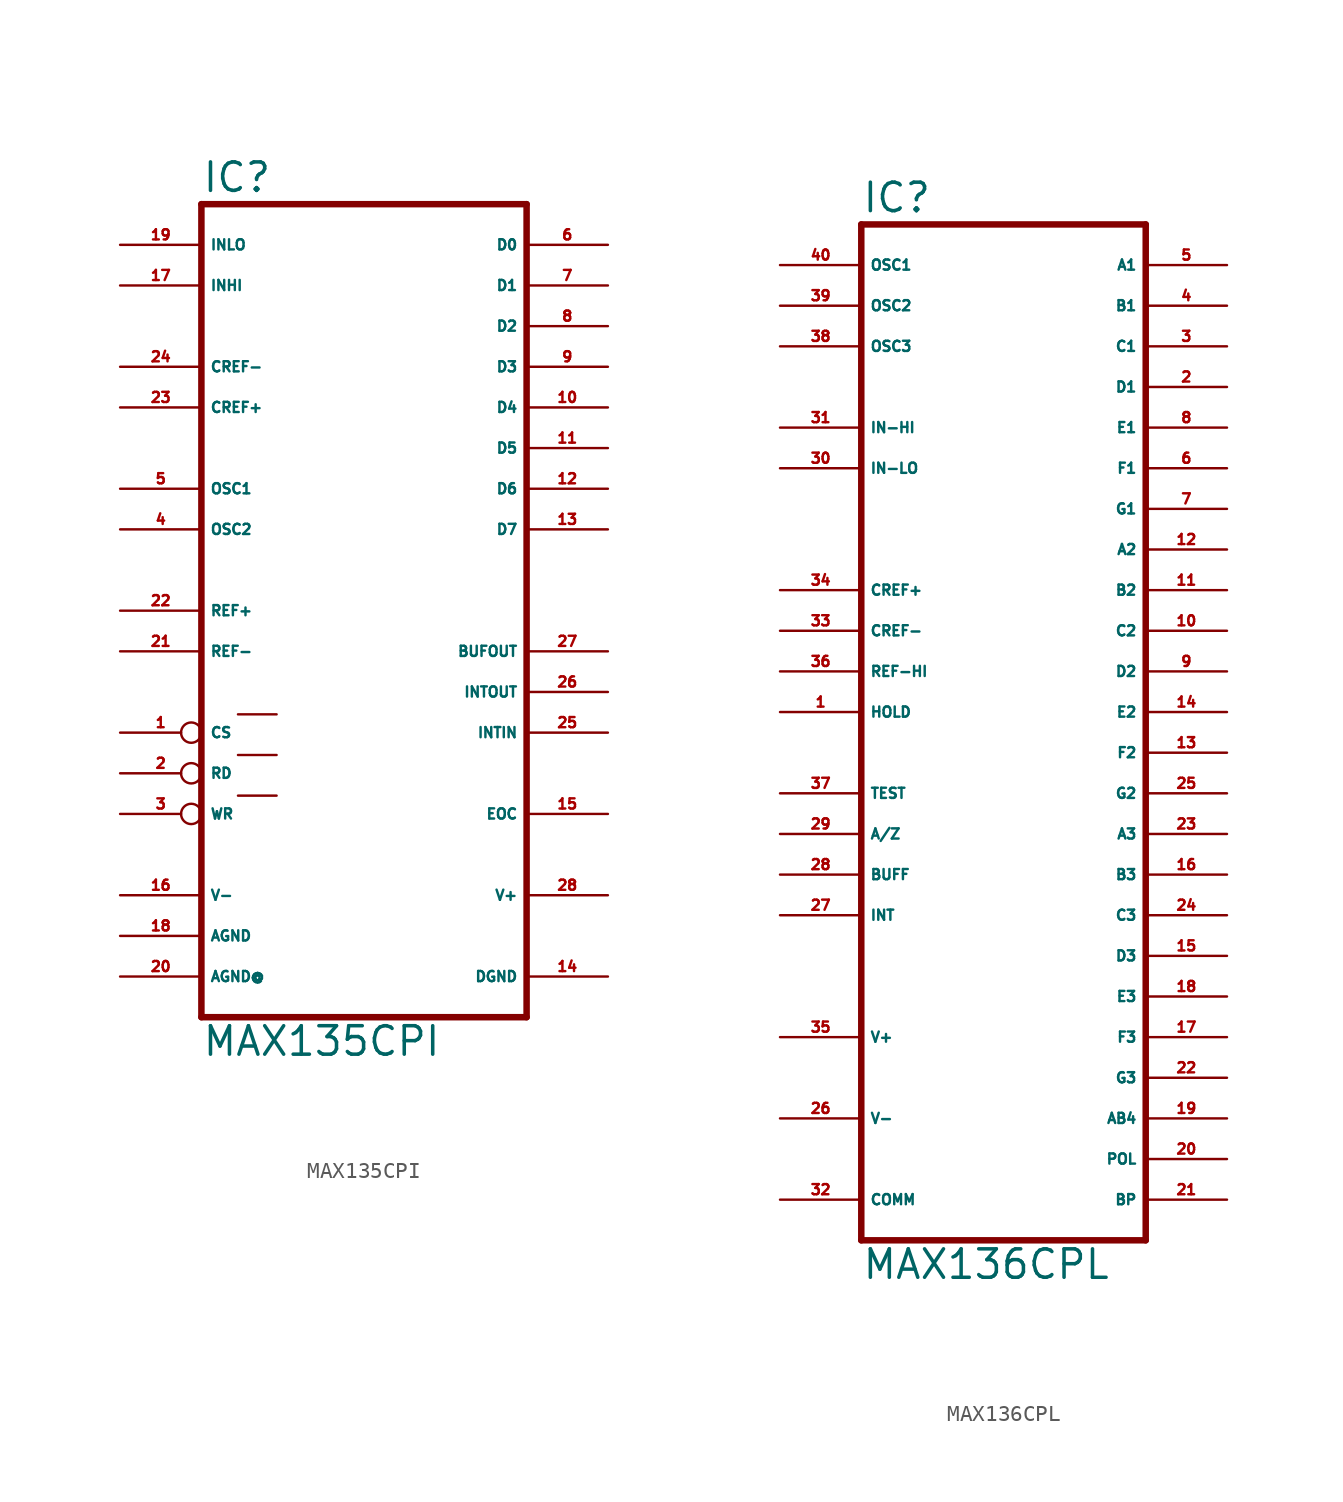
<source format=kicad_sym>
(kicad_symbol_lib
  (version 20220914)
  (generator Eagle2Kicad)
  (symbol "MAX135CPI"
    (property "Reference" "IC"
      (at -10.16 23.495 0)
      (effects (font (size 1.778 1.778) (thickness 0.22)) (justify left bottom)))
    (property "Value" "MAX135CPI"
      (at -10.16 -30.48 0)
      (effects (font (size 1.778 1.778) (thickness 0.22)) (justify left bottom)))
    (polyline
      (pts (xy 10.16 -27.94) (xy -10.16 -27.94))
      (stroke (width 0.406) (type default))
      (fill (type none)))
    (polyline
      (pts (xy -10.16 22.86) (xy -10.16 -27.94))
      (stroke (width 0.406) (type default))
      (fill (type none)))
    (polyline
      (pts (xy -10.16 22.86) (xy 10.16 22.86))
      (stroke (width 0.406) (type default))
      (fill (type none)))
    (polyline
      (pts (xy 10.16 -27.94) (xy 10.16 22.86))
      (stroke (width 0.406) (type default))
      (fill (type none)))
    (polyline
      (pts (xy -7.874 -14.097) (xy -5.461 -14.097))
      (stroke (width 0.152) (type default))
      (fill (type none)))
    (polyline
      (pts (xy -7.874 -9.017) (xy -5.461 -9.017))
      (stroke (width 0.152) (type default))
      (fill (type none)))
    (polyline
      (pts (xy -7.874 -11.557) (xy -5.461 -11.557))
      (stroke (width 0.152) (type default))
      (fill (type none)))
    (pin unspecified line
      (at 15.24 -25.4 180)
      (length 5.08)
      (name "DGND" (effects (font (size 0.635 0.635) (thickness 0.08)) (justify left bottom)))
      (number "14" (effects (font (size 0.635 0.635) (thickness 0.08)) (justify left bottom))))
    (pin unspecified line
      (at -15.24 -20.32 0)
      (length 5.08)
      (name "V-" (effects (font (size 0.635 0.635) (thickness 0.08)) (justify left bottom)))
      (number "16" (effects (font (size 0.635 0.635) (thickness 0.08)) (justify left bottom))))
    (pin unspecified line
      (at 15.24 -20.32 180)
      (length 5.08)
      (name "V+" (effects (font (size 0.635 0.635) (thickness 0.08)) (justify left bottom)))
      (number "28" (effects (font (size 0.635 0.635) (thickness 0.08)) (justify left bottom))))
    (pin input inverted
      (at -15.24 -10.16 0)
      (length 5.08)
      (name "CS" (effects (font (size 0.635 0.635) (thickness 0.08)) (justify left bottom)))
      (number "1" (effects (font (size 0.635 0.635) (thickness 0.08)) (justify left bottom))))
    (pin output line
      (at 15.24 15.24 180)
      (length 5.08)
      (name "D2" (effects (font (size 0.635 0.635) (thickness 0.08)) (justify left bottom)))
      (number "8" (effects (font (size 0.635 0.635) (thickness 0.08)) (justify left bottom))))
    (pin output line
      (at 15.24 17.78 180)
      (length 5.08)
      (name "D1" (effects (font (size 0.635 0.635) (thickness 0.08)) (justify left bottom)))
      (number "7" (effects (font (size 0.635 0.635) (thickness 0.08)) (justify left bottom))))
    (pin output line
      (at 15.24 20.32 180)
      (length 5.08)
      (name "D0" (effects (font (size 0.635 0.635) (thickness 0.08)) (justify left bottom)))
      (number "6" (effects (font (size 0.635 0.635) (thickness 0.08)) (justify left bottom))))
    (pin output line
      (at 15.24 12.7 180)
      (length 5.08)
      (name "D3" (effects (font (size 0.635 0.635) (thickness 0.08)) (justify left bottom)))
      (number "9" (effects (font (size 0.635 0.635) (thickness 0.08)) (justify left bottom))))
    (pin unspecified line
      (at -15.24 -22.86 0)
      (length 5.08)
      (name "AGND" (effects (font (size 0.635 0.635) (thickness 0.08)) (justify left bottom)))
      (number "18" (effects (font (size 0.635 0.635) (thickness 0.08)) (justify left bottom))))
    (pin passive line
      (at -15.24 12.7 0)
      (length 5.08)
      (name "CREF-" (effects (font (size 0.635 0.635) (thickness 0.08)) (justify left bottom)))
      (number "24" (effects (font (size 0.635 0.635) (thickness 0.08)) (justify left bottom))))
    (pin passive line
      (at -15.24 10.16 0)
      (length 5.08)
      (name "CREF+" (effects (font (size 0.635 0.635) (thickness 0.08)) (justify left bottom)))
      (number "23" (effects (font (size 0.635 0.635) (thickness 0.08)) (justify left bottom))))
    (pin passive line
      (at -15.24 5.08 0)
      (length 5.08)
      (name "OSC1" (effects (font (size 0.635 0.635) (thickness 0.08)) (justify left bottom)))
      (number "5" (effects (font (size 0.635 0.635) (thickness 0.08)) (justify left bottom))))
    (pin passive line
      (at -15.24 2.54 0)
      (length 5.08)
      (name "OSC2" (effects (font (size 0.635 0.635) (thickness 0.08)) (justify left bottom)))
      (number "4" (effects (font (size 0.635 0.635) (thickness 0.08)) (justify left bottom))))
    (pin output line
      (at 15.24 10.16 180)
      (length 5.08)
      (name "D4" (effects (font (size 0.635 0.635) (thickness 0.08)) (justify left bottom)))
      (number "10" (effects (font (size 0.635 0.635) (thickness 0.08)) (justify left bottom))))
    (pin output line
      (at 15.24 -5.08 180)
      (length 5.08)
      (name "BUFOUT" (effects (font (size 0.635 0.635) (thickness 0.08)) (justify left bottom)))
      (number "27" (effects (font (size 0.635 0.635) (thickness 0.08)) (justify left bottom))))
    (pin output line
      (at 15.24 -7.62 180)
      (length 5.08)
      (name "INTOUT" (effects (font (size 0.635 0.635) (thickness 0.08)) (justify left bottom)))
      (number "26" (effects (font (size 0.635 0.635) (thickness 0.08)) (justify left bottom))))
    (pin input line
      (at -15.24 20.32 0)
      (length 5.08)
      (name "INLO" (effects (font (size 0.635 0.635) (thickness 0.08)) (justify left bottom)))
      (number "19" (effects (font (size 0.635 0.635) (thickness 0.08)) (justify left bottom))))
    (pin input line
      (at -15.24 17.78 0)
      (length 5.08)
      (name "INHI" (effects (font (size 0.635 0.635) (thickness 0.08)) (justify left bottom)))
      (number "17" (effects (font (size 0.635 0.635) (thickness 0.08)) (justify left bottom))))
    (pin output line
      (at 15.24 -15.24 180)
      (length 5.08)
      (name "EOC" (effects (font (size 0.635 0.635) (thickness 0.08)) (justify left bottom)))
      (number "15" (effects (font (size 0.635 0.635) (thickness 0.08)) (justify left bottom))))
    (pin input line
      (at -15.24 -2.54 0)
      (length 5.08)
      (name "REF+" (effects (font (size 0.635 0.635) (thickness 0.08)) (justify left bottom)))
      (number "22" (effects (font (size 0.635 0.635) (thickness 0.08)) (justify left bottom))))
    (pin input line
      (at -15.24 -5.08 0)
      (length 5.08)
      (name "REF-" (effects (font (size 0.635 0.635) (thickness 0.08)) (justify left bottom)))
      (number "21" (effects (font (size 0.635 0.635) (thickness 0.08)) (justify left bottom))))
    (pin input line
      (at 15.24 -10.16 180)
      (length 5.08)
      (name "INTIN" (effects (font (size 0.635 0.635) (thickness 0.08)) (justify left bottom)))
      (number "25" (effects (font (size 0.635 0.635) (thickness 0.08)) (justify left bottom))))
    (pin input inverted
      (at -15.24 -15.24 0)
      (length 5.08)
      (name "WR" (effects (font (size 0.635 0.635) (thickness 0.08)) (justify left bottom)))
      (number "3" (effects (font (size 0.635 0.635) (thickness 0.08)) (justify left bottom))))
    (pin input inverted
      (at -15.24 -12.7 0)
      (length 5.08)
      (name "RD" (effects (font (size 0.635 0.635) (thickness 0.08)) (justify left bottom)))
      (number "2" (effects (font (size 0.635 0.635) (thickness 0.08)) (justify left bottom))))
    (pin output line
      (at 15.24 7.62 180)
      (length 5.08)
      (name "D5" (effects (font (size 0.635 0.635) (thickness 0.08)) (justify left bottom)))
      (number "11" (effects (font (size 0.635 0.635) (thickness 0.08)) (justify left bottom))))
    (pin output line
      (at 15.24 5.08 180)
      (length 5.08)
      (name "D6" (effects (font (size 0.635 0.635) (thickness 0.08)) (justify left bottom)))
      (number "12" (effects (font (size 0.635 0.635) (thickness 0.08)) (justify left bottom))))
    (pin output line
      (at 15.24 2.54 180)
      (length 5.08)
      (name "D7" (effects (font (size 0.635 0.635) (thickness 0.08)) (justify left bottom)))
      (number "13" (effects (font (size 0.635 0.635) (thickness 0.08)) (justify left bottom))))
    (pin unspecified line
      (at -15.24 -25.4 0)
      (length 5.08)
      (name "AGND@" (effects (font (size 0.635 0.635) (thickness 0.08)) (justify left bottom)))
      (number "20" (effects (font (size 0.635 0.635) (thickness 0.08)) (justify left bottom)))))
  (symbol "MAX136CPL"
    (property "Reference" "IC"
      (at -10.16 31.115 0)
      (effects (font (size 1.778 1.778) (thickness 0.22)) (justify left bottom)))
    (property "Value" "MAX136CPL"
      (at -10.16 -35.56 0)
      (effects (font (size 1.778 1.778) (thickness 0.22)) (justify left bottom)))
    (polyline
      (pts (xy -10.16 30.48) (xy 7.62 30.48))
      (stroke (width 0.406) (type default))
      (fill (type none)))
    (polyline
      (pts (xy 7.62 -33.02) (xy 7.62 30.48))
      (stroke (width 0.406) (type default))
      (fill (type none)))
    (polyline
      (pts (xy 7.62 -33.02) (xy -10.16 -33.02))
      (stroke (width 0.406) (type default))
      (fill (type none)))
    (polyline
      (pts (xy -10.16 30.48) (xy -10.16 -33.02))
      (stroke (width 0.406) (type default))
      (fill (type none)))
    (pin tri_state line
      (at 12.7 20.32 180)
      (length 5.08)
      (name "D1" (effects (font (size 0.635 0.635) (thickness 0.08)) (justify left bottom)))
      (number "2" (effects (font (size 0.635 0.635) (thickness 0.08)) (justify left bottom))))
    (pin tri_state line
      (at 12.7 22.86 180)
      (length 5.08)
      (name "C1" (effects (font (size 0.635 0.635) (thickness 0.08)) (justify left bottom)))
      (number "3" (effects (font (size 0.635 0.635) (thickness 0.08)) (justify left bottom))))
    (pin tri_state line
      (at 12.7 25.4 180)
      (length 5.08)
      (name "B1" (effects (font (size 0.635 0.635) (thickness 0.08)) (justify left bottom)))
      (number "4" (effects (font (size 0.635 0.635) (thickness 0.08)) (justify left bottom))))
    (pin tri_state line
      (at 12.7 27.94 180)
      (length 5.08)
      (name "A1" (effects (font (size 0.635 0.635) (thickness 0.08)) (justify left bottom)))
      (number "5" (effects (font (size 0.635 0.635) (thickness 0.08)) (justify left bottom))))
    (pin tri_state line
      (at 12.7 15.24 180)
      (length 5.08)
      (name "F1" (effects (font (size 0.635 0.635) (thickness 0.08)) (justify left bottom)))
      (number "6" (effects (font (size 0.635 0.635) (thickness 0.08)) (justify left bottom))))
    (pin tri_state line
      (at 12.7 12.7 180)
      (length 5.08)
      (name "G1" (effects (font (size 0.635 0.635) (thickness 0.08)) (justify left bottom)))
      (number "7" (effects (font (size 0.635 0.635) (thickness 0.08)) (justify left bottom))))
    (pin tri_state line
      (at 12.7 17.78 180)
      (length 5.08)
      (name "E1" (effects (font (size 0.635 0.635) (thickness 0.08)) (justify left bottom)))
      (number "8" (effects (font (size 0.635 0.635) (thickness 0.08)) (justify left bottom))))
    (pin tri_state line
      (at 12.7 2.54 180)
      (length 5.08)
      (name "D2" (effects (font (size 0.635 0.635) (thickness 0.08)) (justify left bottom)))
      (number "9" (effects (font (size 0.635 0.635) (thickness 0.08)) (justify left bottom))))
    (pin tri_state line
      (at 12.7 5.08 180)
      (length 5.08)
      (name "C2" (effects (font (size 0.635 0.635) (thickness 0.08)) (justify left bottom)))
      (number "10" (effects (font (size 0.635 0.635) (thickness 0.08)) (justify left bottom))))
    (pin tri_state line
      (at 12.7 7.62 180)
      (length 5.08)
      (name "B2" (effects (font (size 0.635 0.635) (thickness 0.08)) (justify left bottom)))
      (number "11" (effects (font (size 0.635 0.635) (thickness 0.08)) (justify left bottom))))
    (pin tri_state line
      (at 12.7 10.16 180)
      (length 5.08)
      (name "A2" (effects (font (size 0.635 0.635) (thickness 0.08)) (justify left bottom)))
      (number "12" (effects (font (size 0.635 0.635) (thickness 0.08)) (justify left bottom))))
    (pin tri_state line
      (at 12.7 -2.54 180)
      (length 5.08)
      (name "F2" (effects (font (size 0.635 0.635) (thickness 0.08)) (justify left bottom)))
      (number "13" (effects (font (size 0.635 0.635) (thickness 0.08)) (justify left bottom))))
    (pin tri_state line
      (at 12.7 0 180)
      (length 5.08)
      (name "E2" (effects (font (size 0.635 0.635) (thickness 0.08)) (justify left bottom)))
      (number "14" (effects (font (size 0.635 0.635) (thickness 0.08)) (justify left bottom))))
    (pin tri_state line
      (at 12.7 -15.24 180)
      (length 5.08)
      (name "D3" (effects (font (size 0.635 0.635) (thickness 0.08)) (justify left bottom)))
      (number "15" (effects (font (size 0.635 0.635) (thickness 0.08)) (justify left bottom))))
    (pin tri_state line
      (at 12.7 -10.16 180)
      (length 5.08)
      (name "B3" (effects (font (size 0.635 0.635) (thickness 0.08)) (justify left bottom)))
      (number "16" (effects (font (size 0.635 0.635) (thickness 0.08)) (justify left bottom))))
    (pin tri_state line
      (at 12.7 -20.32 180)
      (length 5.08)
      (name "F3" (effects (font (size 0.635 0.635) (thickness 0.08)) (justify left bottom)))
      (number "17" (effects (font (size 0.635 0.635) (thickness 0.08)) (justify left bottom))))
    (pin tri_state line
      (at 12.7 -17.78 180)
      (length 5.08)
      (name "E3" (effects (font (size 0.635 0.635) (thickness 0.08)) (justify left bottom)))
      (number "18" (effects (font (size 0.635 0.635) (thickness 0.08)) (justify left bottom))))
    (pin tri_state line
      (at 12.7 -25.4 180)
      (length 5.08)
      (name "AB4" (effects (font (size 0.635 0.635) (thickness 0.08)) (justify left bottom)))
      (number "19" (effects (font (size 0.635 0.635) (thickness 0.08)) (justify left bottom))))
    (pin tri_state line
      (at 12.7 -22.86 180)
      (length 5.08)
      (name "G3" (effects (font (size 0.635 0.635) (thickness 0.08)) (justify left bottom)))
      (number "22" (effects (font (size 0.635 0.635) (thickness 0.08)) (justify left bottom))))
    (pin tri_state line
      (at 12.7 -7.62 180)
      (length 5.08)
      (name "A3" (effects (font (size 0.635 0.635) (thickness 0.08)) (justify left bottom)))
      (number "23" (effects (font (size 0.635 0.635) (thickness 0.08)) (justify left bottom))))
    (pin tri_state line
      (at 12.7 -12.7 180)
      (length 5.08)
      (name "C3" (effects (font (size 0.635 0.635) (thickness 0.08)) (justify left bottom)))
      (number "24" (effects (font (size 0.635 0.635) (thickness 0.08)) (justify left bottom))))
    (pin tri_state line
      (at 12.7 -5.08 180)
      (length 5.08)
      (name "G2" (effects (font (size 0.635 0.635) (thickness 0.08)) (justify left bottom)))
      (number "25" (effects (font (size 0.635 0.635) (thickness 0.08)) (justify left bottom))))
    (pin output line
      (at 12.7 -27.94 180)
      (length 5.08)
      (name "POL" (effects (font (size 0.635 0.635) (thickness 0.08)) (justify left bottom)))
      (number "20" (effects (font (size 0.635 0.635) (thickness 0.08)) (justify left bottom))))
    (pin output line
      (at 12.7 -30.48 180)
      (length 5.08)
      (name "BP" (effects (font (size 0.635 0.635) (thickness 0.08)) (justify left bottom)))
      (number "21" (effects (font (size 0.635 0.635) (thickness 0.08)) (justify left bottom))))
    (pin passive line
      (at -15.24 27.94 0)
      (length 5.08)
      (name "OSC1" (effects (font (size 0.635 0.635) (thickness 0.08)) (justify left bottom)))
      (number "40" (effects (font (size 0.635 0.635) (thickness 0.08)) (justify left bottom))))
    (pin passive line
      (at -15.24 25.4 0)
      (length 5.08)
      (name "OSC2" (effects (font (size 0.635 0.635) (thickness 0.08)) (justify left bottom)))
      (number "39" (effects (font (size 0.635 0.635) (thickness 0.08)) (justify left bottom))))
    (pin passive line
      (at -15.24 22.86 0)
      (length 5.08)
      (name "OSC3" (effects (font (size 0.635 0.635) (thickness 0.08)) (justify left bottom)))
      (number "38" (effects (font (size 0.635 0.635) (thickness 0.08)) (justify left bottom))))
    (pin input line
      (at -15.24 17.78 0)
      (length 5.08)
      (name "IN-HI" (effects (font (size 0.635 0.635) (thickness 0.08)) (justify left bottom)))
      (number "31" (effects (font (size 0.635 0.635) (thickness 0.08)) (justify left bottom))))
    (pin input line
      (at -15.24 15.24 0)
      (length 5.08)
      (name "IN-LO" (effects (font (size 0.635 0.635) (thickness 0.08)) (justify left bottom)))
      (number "30" (effects (font (size 0.635 0.635) (thickness 0.08)) (justify left bottom))))
    (pin unspecified line
      (at -15.24 -30.48 0)
      (length 5.08)
      (name "COMM" (effects (font (size 0.635 0.635) (thickness 0.08)) (justify left bottom)))
      (number "32" (effects (font (size 0.635 0.635) (thickness 0.08)) (justify left bottom))))
    (pin passive line
      (at -15.24 7.62 0)
      (length 5.08)
      (name "CREF+" (effects (font (size 0.635 0.635) (thickness 0.08)) (justify left bottom)))
      (number "34" (effects (font (size 0.635 0.635) (thickness 0.08)) (justify left bottom))))
    (pin passive line
      (at -15.24 5.08 0)
      (length 5.08)
      (name "CREF-" (effects (font (size 0.635 0.635) (thickness 0.08)) (justify left bottom)))
      (number "33" (effects (font (size 0.635 0.635) (thickness 0.08)) (justify left bottom))))
    (pin input line
      (at -15.24 0 0)
      (length 5.08)
      (name "HOLD" (effects (font (size 0.635 0.635) (thickness 0.08)) (justify left bottom)))
      (number "1" (effects (font (size 0.635 0.635) (thickness 0.08)) (justify left bottom))))
    (pin input line
      (at -15.24 2.54 0)
      (length 5.08)
      (name "REF-HI" (effects (font (size 0.635 0.635) (thickness 0.08)) (justify left bottom)))
      (number "36" (effects (font (size 0.635 0.635) (thickness 0.08)) (justify left bottom))))
    (pin passive line
      (at -15.24 -5.08 0)
      (length 5.08)
      (name "TEST" (effects (font (size 0.635 0.635) (thickness 0.08)) (justify left bottom)))
      (number "37" (effects (font (size 0.635 0.635) (thickness 0.08)) (justify left bottom))))
    (pin passive line
      (at -15.24 -7.62 0)
      (length 5.08)
      (name "A/Z" (effects (font (size 0.635 0.635) (thickness 0.08)) (justify left bottom)))
      (number "29" (effects (font (size 0.635 0.635) (thickness 0.08)) (justify left bottom))))
    (pin passive line
      (at -15.24 -10.16 0)
      (length 5.08)
      (name "BUFF" (effects (font (size 0.635 0.635) (thickness 0.08)) (justify left bottom)))
      (number "28" (effects (font (size 0.635 0.635) (thickness 0.08)) (justify left bottom))))
    (pin passive line
      (at -15.24 -12.7 0)
      (length 5.08)
      (name "INT" (effects (font (size 0.635 0.635) (thickness 0.08)) (justify left bottom)))
      (number "27" (effects (font (size 0.635 0.635) (thickness 0.08)) (justify left bottom))))
    (pin unspecified line
      (at -15.24 -20.32 0)
      (length 5.08)
      (name "V+" (effects (font (size 0.635 0.635) (thickness 0.08)) (justify left bottom)))
      (number "35" (effects (font (size 0.635 0.635) (thickness 0.08)) (justify left bottom))))
    (pin unspecified line
      (at -15.24 -25.4 0)
      (length 5.08)
      (name "V-" (effects (font (size 0.635 0.635) (thickness 0.08)) (justify left bottom)))
      (number "26" (effects (font (size 0.635 0.635) (thickness 0.08)) (justify left bottom))))))
</source>
